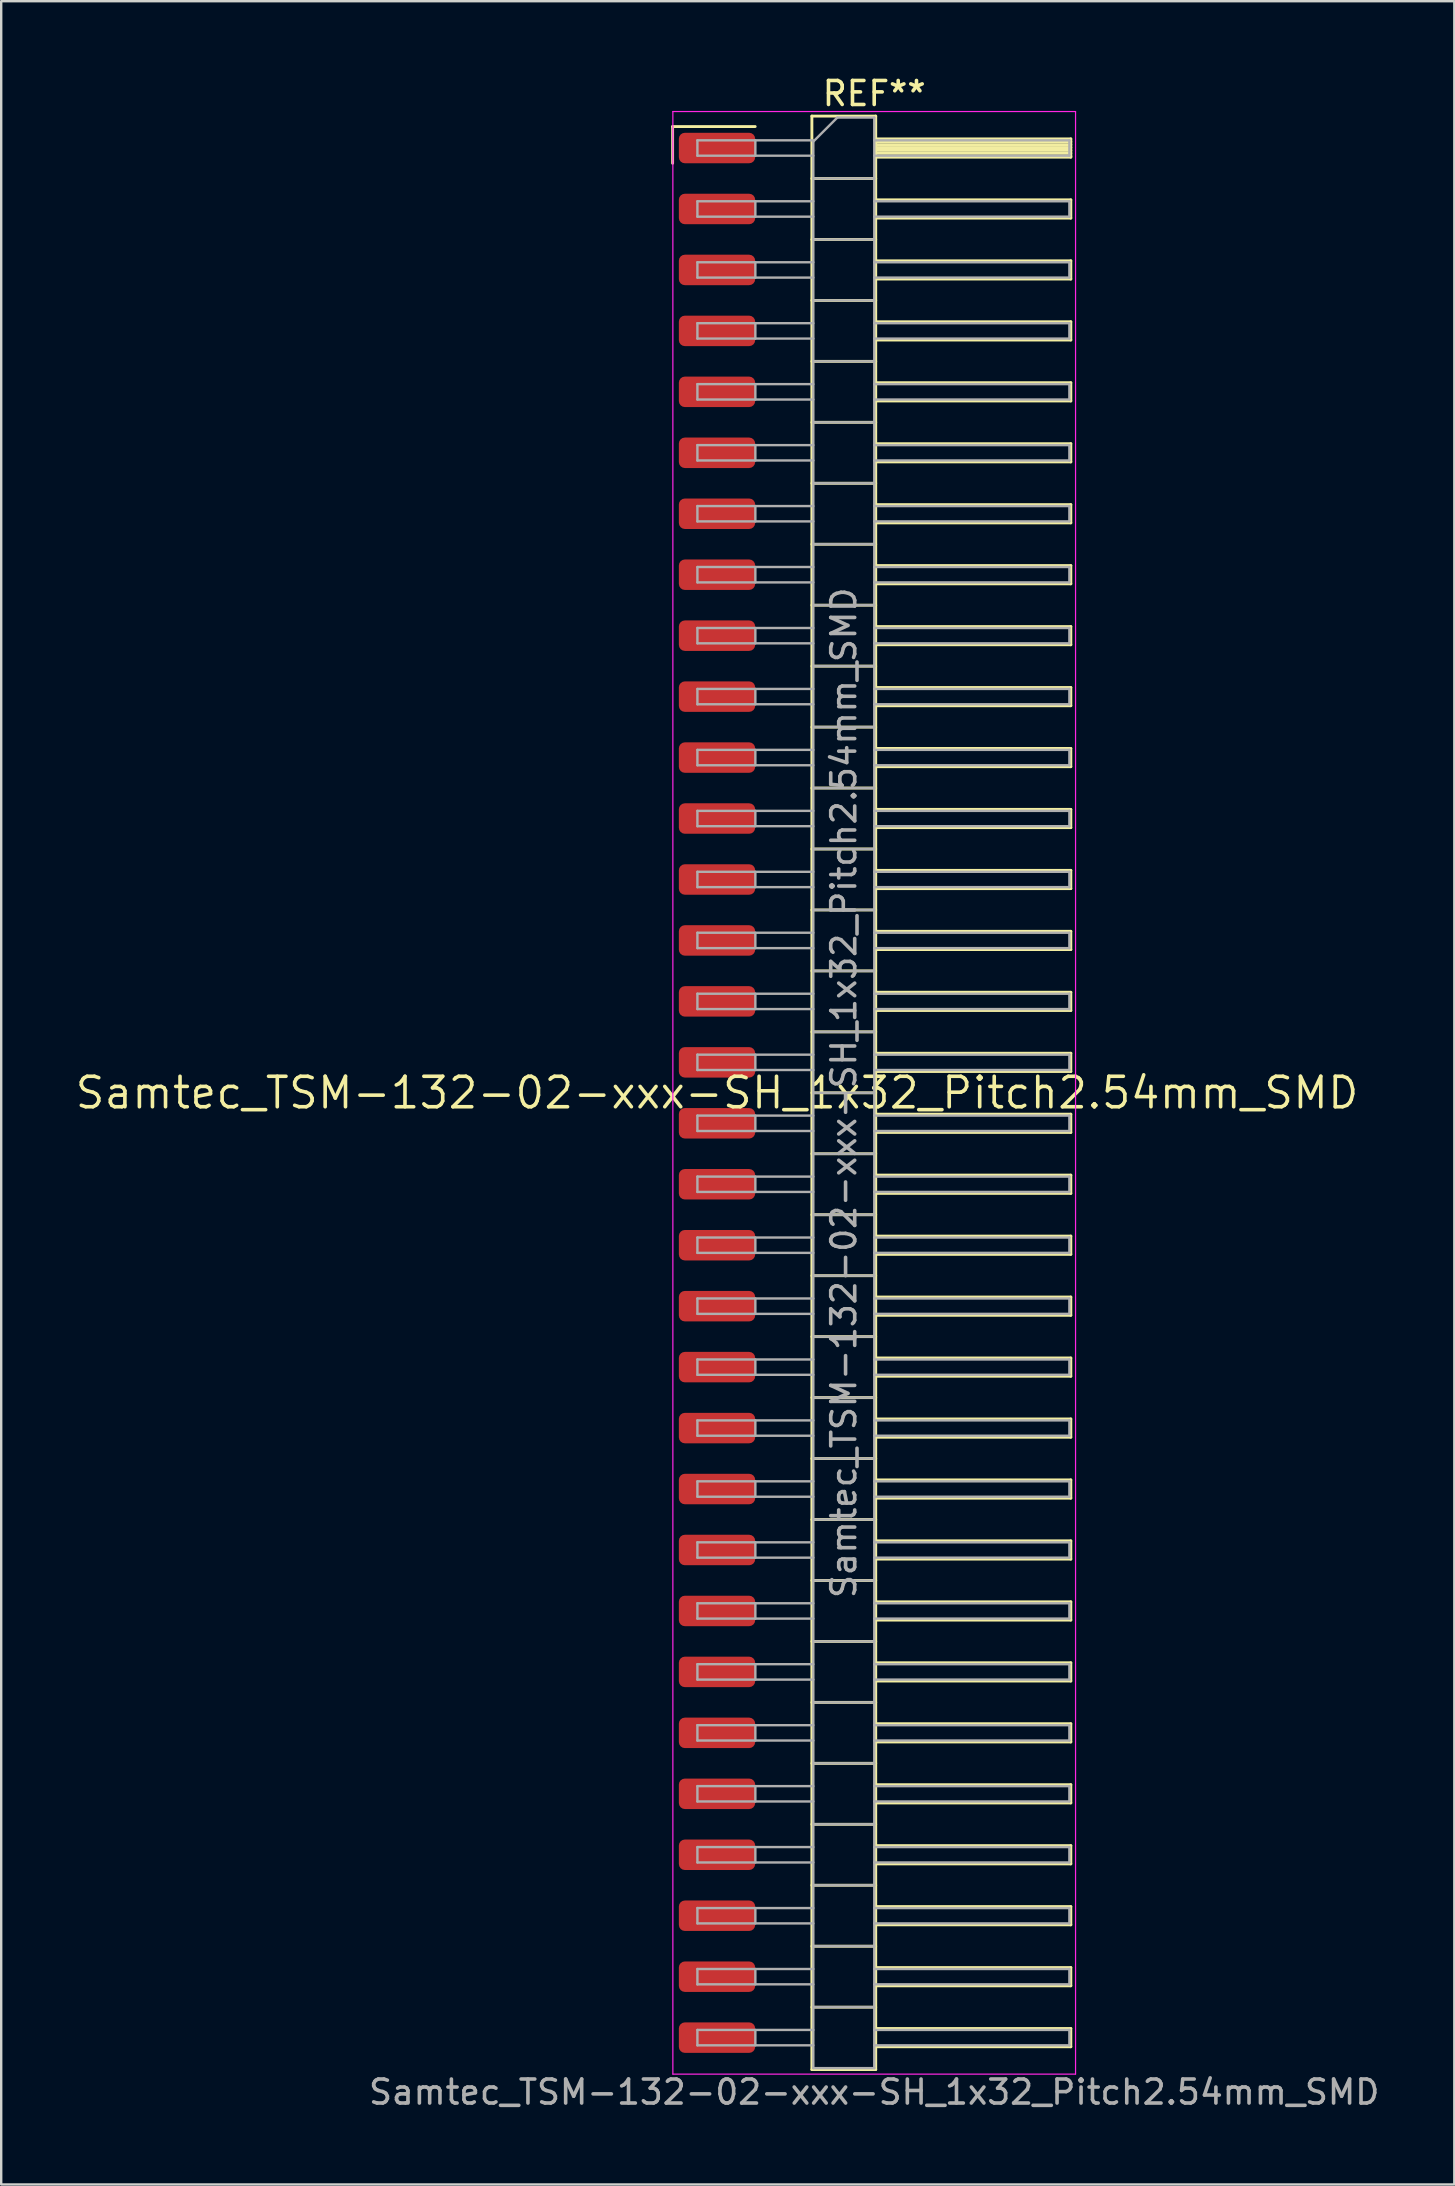
<source format=kicad_pcb>
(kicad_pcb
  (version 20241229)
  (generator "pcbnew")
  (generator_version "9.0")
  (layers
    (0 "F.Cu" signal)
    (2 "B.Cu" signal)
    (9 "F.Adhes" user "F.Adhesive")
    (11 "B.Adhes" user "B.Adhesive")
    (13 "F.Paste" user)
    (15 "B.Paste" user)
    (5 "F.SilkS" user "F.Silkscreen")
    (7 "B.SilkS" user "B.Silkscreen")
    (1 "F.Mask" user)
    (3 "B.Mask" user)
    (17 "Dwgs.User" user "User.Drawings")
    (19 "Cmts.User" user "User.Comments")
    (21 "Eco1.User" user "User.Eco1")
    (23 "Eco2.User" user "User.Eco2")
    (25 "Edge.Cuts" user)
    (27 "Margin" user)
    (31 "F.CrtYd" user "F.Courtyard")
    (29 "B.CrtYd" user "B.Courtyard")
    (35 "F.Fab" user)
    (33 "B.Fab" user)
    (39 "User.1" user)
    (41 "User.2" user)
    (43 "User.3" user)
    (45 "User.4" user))
  (footprint "Samtec_TSM-132-02-xxx-SH_1x32_Pitch2.54mm_SMD"
    (layer "F.Cu")
    (at 26.828 42.488)
    (property "Reference" "Samtec_TSM-132-02-xxx-SH_1x32_Pitch2.54mm_SMD" (at 0 0 0) (layer "F.SilkS") (effects (font (size 1.27 1.27) (thickness 0.15))))
    (attr smd)
    (fp_line (start -1.85 -40.265) (end 1.59 -40.265) (stroke (width 0.12) (type solid)) (layer "F.SilkS"))
    (fp_line (start -1.85 -38.735) (end -1.85 -40.265) (stroke (width 0.12) (type solid)) (layer "F.SilkS"))
    (fp_line (start 3.953 -40.7) (end 6.613 -40.7) (stroke (width 0.12) (type solid)) (layer "F.SilkS"))
    (fp_line (start 3.953 -38.1) (end 6.613 -38.1) (stroke (width 0.12) (type solid)) (layer "F.SilkS"))
    (fp_line (start 3.953 -35.56) (end 6.613 -35.56) (stroke (width 0.12) (type solid)) (layer "F.SilkS"))
    (fp_line (start 3.953 -33.02) (end 6.613 -33.02) (stroke (width 0.12) (type solid)) (layer "F.SilkS"))
    (fp_line (start 3.953 -30.48) (end 6.613 -30.48) (stroke (width 0.12) (type solid)) (layer "F.SilkS"))
    (fp_line (start 3.953 -27.94) (end 6.613 -27.94) (stroke (width 0.12) (type solid)) (layer "F.SilkS"))
    (fp_line (start 3.953 -25.4) (end 6.613 -25.4) (stroke (width 0.12) (type solid)) (layer "F.SilkS"))
    (fp_line (start 3.953 -22.86) (end 6.613 -22.86) (stroke (width 0.12) (type solid)) (layer "F.SilkS"))
    (fp_line (start 3.953 -20.32) (end 6.613 -20.32) (stroke (width 0.12) (type solid)) (layer "F.SilkS"))
    (fp_line (start 3.953 -17.78) (end 6.613 -17.78) (stroke (width 0.12) (type solid)) (layer "F.SilkS"))
    (fp_line (start 3.953 -15.24) (end 6.613 -15.24) (stroke (width 0.12) (type solid)) (layer "F.SilkS"))
    (fp_line (start 3.953 -12.7) (end 6.613 -12.7) (stroke (width 0.12) (type solid)) (layer "F.SilkS"))
    (fp_line (start 3.953 -10.16) (end 6.613 -10.16) (stroke (width 0.12) (type solid)) (layer "F.SilkS"))
    (fp_line (start 3.953 -7.62) (end 6.613 -7.62) (stroke (width 0.12) (type solid)) (layer "F.SilkS"))
    (fp_line (start 3.953 -5.08) (end 6.613 -5.08) (stroke (width 0.12) (type solid)) (layer "F.SilkS"))
    (fp_line (start 3.953 -2.54) (end 6.613 -2.54) (stroke (width 0.12) (type solid)) (layer "F.SilkS"))
    (fp_line (start 3.953 0) (end 6.613 0) (stroke (width 0.12) (type solid)) (layer "F.SilkS"))
    (fp_line (start 3.953 2.54) (end 6.613 2.54) (stroke (width 0.12) (type solid)) (layer "F.SilkS"))
    (fp_line (start 3.953 5.08) (end 6.613 5.08) (stroke (width 0.12) (type solid)) (layer "F.SilkS"))
    (fp_line (start 3.953 7.62) (end 6.613 7.62) (stroke (width 0.12) (type solid)) (layer "F.SilkS"))
    (fp_line (start 3.953 10.16) (end 6.613 10.16) (stroke (width 0.12) (type solid)) (layer "F.SilkS"))
    (fp_line (start 3.953 12.7) (end 6.613 12.7) (stroke (width 0.12) (type solid)) (layer "F.SilkS"))
    (fp_line (start 3.953 15.24) (end 6.613 15.24) (stroke (width 0.12) (type solid)) (layer "F.SilkS"))
    (fp_line (start 3.953 17.78) (end 6.613 17.78) (stroke (width 0.12) (type solid)) (layer "F.SilkS"))
    (fp_line (start 3.953 20.32) (end 6.613 20.32) (stroke (width 0.12) (type solid)) (layer "F.SilkS"))
    (fp_line (start 3.953 22.86) (end 6.613 22.86) (stroke (width 0.12) (type solid)) (layer "F.SilkS"))
    (fp_line (start 3.953 25.4) (end 6.613 25.4) (stroke (width 0.12) (type solid)) (layer "F.SilkS"))
    (fp_line (start 3.953 27.94) (end 6.613 27.94) (stroke (width 0.12) (type solid)) (layer "F.SilkS"))
    (fp_line (start 3.953 30.48) (end 6.613 30.48) (stroke (width 0.12) (type solid)) (layer "F.SilkS"))
    (fp_line (start 3.953 33.02) (end 6.613 33.02) (stroke (width 0.12) (type solid)) (layer "F.SilkS"))
    (fp_line (start 3.953 35.56) (end 6.613 35.56) (stroke (width 0.12) (type solid)) (layer "F.SilkS"))
    (fp_line (start 3.953 38.1) (end 6.613 38.1) (stroke (width 0.12) (type solid)) (layer "F.SilkS"))
    (fp_line (start 3.953 40.7) (end 3.953 -40.7) (stroke (width 0.12) (type solid)) (layer "F.SilkS"))
    (fp_line (start 6.613 -40.7) (end 6.613 40.7) (stroke (width 0.12) (type solid)) (layer "F.SilkS"))
    (fp_line (start 6.613 -39.75) (end 14.743 -39.75) (stroke (width 0.12) (type solid)) (layer "F.SilkS"))
    (fp_line (start 6.613 -39.63) (end 14.743 -39.63) (stroke (width 0.12) (type solid)) (layer "F.SilkS"))
    (fp_line (start 6.613 -39.51) (end 14.743 -39.51) (stroke (width 0.12) (type solid)) (layer "F.SilkS"))
    (fp_line (start 6.613 -39.39) (end 14.743 -39.39) (stroke (width 0.12) (type solid)) (layer "F.SilkS"))
    (fp_line (start 6.613 -39.27) (end 14.743 -39.27) (stroke (width 0.12) (type solid)) (layer "F.SilkS"))
    (fp_line (start 6.613 -39.15) (end 14.743 -39.15) (stroke (width 0.12) (type solid)) (layer "F.SilkS"))
    (fp_line (start 6.613 -39.03) (end 14.743 -39.03) (stroke (width 0.12) (type solid)) (layer "F.SilkS"))
    (fp_line (start 6.613 -38.99) (end 14.743 -38.99) (stroke (width 0.12) (type solid)) (layer "F.SilkS"))
    (fp_line (start 6.613 -37.21) (end 14.743 -37.21) (stroke (width 0.12) (type solid)) (layer "F.SilkS"))
    (fp_line (start 6.613 -36.45) (end 14.743 -36.45) (stroke (width 0.12) (type solid)) (layer "F.SilkS"))
    (fp_line (start 6.613 -34.67) (end 14.743 -34.67) (stroke (width 0.12) (type solid)) (layer "F.SilkS"))
    (fp_line (start 6.613 -33.91) (end 14.743 -33.91) (stroke (width 0.12) (type solid)) (layer "F.SilkS"))
    (fp_line (start 6.613 -32.13) (end 14.743 -32.13) (stroke (width 0.12) (type solid)) (layer "F.SilkS"))
    (fp_line (start 6.613 -31.37) (end 14.743 -31.37) (stroke (width 0.12) (type solid)) (layer "F.SilkS"))
    (fp_line (start 6.613 -29.59) (end 14.743 -29.59) (stroke (width 0.12) (type solid)) (layer "F.SilkS"))
    (fp_line (start 6.613 -28.83) (end 14.743 -28.83) (stroke (width 0.12) (type solid)) (layer "F.SilkS"))
    (fp_line (start 6.613 -27.05) (end 14.743 -27.05) (stroke (width 0.12) (type solid)) (layer "F.SilkS"))
    (fp_line (start 6.613 -26.29) (end 14.743 -26.29) (stroke (width 0.12) (type solid)) (layer "F.SilkS"))
    (fp_line (start 6.613 -24.51) (end 14.743 -24.51) (stroke (width 0.12) (type solid)) (layer "F.SilkS"))
    (fp_line (start 6.613 -23.75) (end 14.743 -23.75) (stroke (width 0.12) (type solid)) (layer "F.SilkS"))
    (fp_line (start 6.613 -21.97) (end 14.743 -21.97) (stroke (width 0.12) (type solid)) (layer "F.SilkS"))
    (fp_line (start 6.613 -21.21) (end 14.743 -21.21) (stroke (width 0.12) (type solid)) (layer "F.SilkS"))
    (fp_line (start 6.613 -19.43) (end 14.743 -19.43) (stroke (width 0.12) (type solid)) (layer "F.SilkS"))
    (fp_line (start 6.613 -18.67) (end 14.743 -18.67) (stroke (width 0.12) (type solid)) (layer "F.SilkS"))
    (fp_line (start 6.613 -16.89) (end 14.743 -16.89) (stroke (width 0.12) (type solid)) (layer "F.SilkS"))
    (fp_line (start 6.613 -16.13) (end 14.743 -16.13) (stroke (width 0.12) (type solid)) (layer "F.SilkS"))
    (fp_line (start 6.613 -14.35) (end 14.743 -14.35) (stroke (width 0.12) (type solid)) (layer "F.SilkS"))
    (fp_line (start 6.613 -13.59) (end 14.743 -13.59) (stroke (width 0.12) (type solid)) (layer "F.SilkS"))
    (fp_line (start 6.613 -11.81) (end 14.743 -11.81) (stroke (width 0.12) (type solid)) (layer "F.SilkS"))
    (fp_line (start 6.613 -11.05) (end 14.743 -11.05) (stroke (width 0.12) (type solid)) (layer "F.SilkS"))
    (fp_line (start 6.613 -9.27) (end 14.743 -9.27) (stroke (width 0.12) (type solid)) (layer "F.SilkS"))
    (fp_line (start 6.613 -8.51) (end 14.743 -8.51) (stroke (width 0.12) (type solid)) (layer "F.SilkS"))
    (fp_line (start 6.613 -6.73) (end 14.743 -6.73) (stroke (width 0.12) (type solid)) (layer "F.SilkS"))
    (fp_line (start 6.613 -5.97) (end 14.743 -5.97) (stroke (width 0.12) (type solid)) (layer "F.SilkS"))
    (fp_line (start 6.613 -4.19) (end 14.743 -4.19) (stroke (width 0.12) (type solid)) (layer "F.SilkS"))
    (fp_line (start 6.613 -3.43) (end 14.743 -3.43) (stroke (width 0.12) (type solid)) (layer "F.SilkS"))
    (fp_line (start 6.613 -1.65) (end 14.743 -1.65) (stroke (width 0.12) (type solid)) (layer "F.SilkS"))
    (fp_line (start 6.613 -0.89) (end 14.743 -0.89) (stroke (width 0.12) (type solid)) (layer "F.SilkS"))
    (fp_line (start 6.613 0.89) (end 14.743 0.89) (stroke (width 0.12) (type solid)) (layer "F.SilkS"))
    (fp_line (start 6.613 1.65) (end 14.743 1.65) (stroke (width 0.12) (type solid)) (layer "F.SilkS"))
    (fp_line (start 6.613 3.43) (end 14.743 3.43) (stroke (width 0.12) (type solid)) (layer "F.SilkS"))
    (fp_line (start 6.613 4.19) (end 14.743 4.19) (stroke (width 0.12) (type solid)) (layer "F.SilkS"))
    (fp_line (start 6.613 5.97) (end 14.743 5.97) (stroke (width 0.12) (type solid)) (layer "F.SilkS"))
    (fp_line (start 6.613 6.73) (end 14.743 6.73) (stroke (width 0.12) (type solid)) (layer "F.SilkS"))
    (fp_line (start 6.613 8.51) (end 14.743 8.51) (stroke (width 0.12) (type solid)) (layer "F.SilkS"))
    (fp_line (start 6.613 9.27) (end 14.743 9.27) (stroke (width 0.12) (type solid)) (layer "F.SilkS"))
    (fp_line (start 6.613 11.05) (end 14.743 11.05) (stroke (width 0.12) (type solid)) (layer "F.SilkS"))
    (fp_line (start 6.613 11.81) (end 14.743 11.81) (stroke (width 0.12) (type solid)) (layer "F.SilkS"))
    (fp_line (start 6.613 13.59) (end 14.743 13.59) (stroke (width 0.12) (type solid)) (layer "F.SilkS"))
    (fp_line (start 6.613 14.35) (end 14.743 14.35) (stroke (width 0.12) (type solid)) (layer "F.SilkS"))
    (fp_line (start 6.613 16.13) (end 14.743 16.13) (stroke (width 0.12) (type solid)) (layer "F.SilkS"))
    (fp_line (start 6.613 16.89) (end 14.743 16.89) (stroke (width 0.12) (type solid)) (layer "F.SilkS"))
    (fp_line (start 6.613 18.67) (end 14.743 18.67) (stroke (width 0.12) (type solid)) (layer "F.SilkS"))
    (fp_line (start 6.613 19.43) (end 14.743 19.43) (stroke (width 0.12) (type solid)) (layer "F.SilkS"))
    (fp_line (start 6.613 21.21) (end 14.743 21.21) (stroke (width 0.12) (type solid)) (layer "F.SilkS"))
    (fp_line (start 6.613 21.97) (end 14.743 21.97) (stroke (width 0.12) (type solid)) (layer "F.SilkS"))
    (fp_line (start 6.613 23.75) (end 14.743 23.75) (stroke (width 0.12) (type solid)) (layer "F.SilkS"))
    (fp_line (start 6.613 24.51) (end 14.743 24.51) (stroke (width 0.12) (type solid)) (layer "F.SilkS"))
    (fp_line (start 6.613 26.29) (end 14.743 26.29) (stroke (width 0.12) (type solid)) (layer "F.SilkS"))
    (fp_line (start 6.613 27.05) (end 14.743 27.05) (stroke (width 0.12) (type solid)) (layer "F.SilkS"))
    (fp_line (start 6.613 28.83) (end 14.743 28.83) (stroke (width 0.12) (type solid)) (layer "F.SilkS"))
    (fp_line (start 6.613 29.59) (end 14.743 29.59) (stroke (width 0.12) (type solid)) (layer "F.SilkS"))
    (fp_line (start 6.613 31.37) (end 14.743 31.37) (stroke (width 0.12) (type solid)) (layer "F.SilkS"))
    (fp_line (start 6.613 32.13) (end 14.743 32.13) (stroke (width 0.12) (type solid)) (layer "F.SilkS"))
    (fp_line (start 6.613 33.91) (end 14.743 33.91) (stroke (width 0.12) (type solid)) (layer "F.SilkS"))
    (fp_line (start 6.613 34.67) (end 14.743 34.67) (stroke (width 0.12) (type solid)) (layer "F.SilkS"))
    (fp_line (start 6.613 36.45) (end 14.743 36.45) (stroke (width 0.12) (type solid)) (layer "F.SilkS"))
    (fp_line (start 6.613 37.21) (end 14.743 37.21) (stroke (width 0.12) (type solid)) (layer "F.SilkS"))
    (fp_line (start 6.613 38.99) (end 14.743 38.99) (stroke (width 0.12) (type solid)) (layer "F.SilkS"))
    (fp_line (start 6.613 39.75) (end 14.743 39.75) (stroke (width 0.12) (type solid)) (layer "F.SilkS"))
    (fp_line (start 6.613 40.7) (end 3.953 40.7) (stroke (width 0.12) (type solid)) (layer "F.SilkS"))
    (fp_line (start 14.743 -39.75) (end 14.743 -38.99) (stroke (width 0.12) (type solid)) (layer "F.SilkS"))
    (fp_line (start 14.743 -37.21) (end 14.743 -36.45) (stroke (width 0.12) (type solid)) (layer "F.SilkS"))
    (fp_line (start 14.743 -34.67) (end 14.743 -33.91) (stroke (width 0.12) (type solid)) (layer "F.SilkS"))
    (fp_line (start 14.743 -32.13) (end 14.743 -31.37) (stroke (width 0.12) (type solid)) (layer "F.SilkS"))
    (fp_line (start 14.743 -29.59) (end 14.743 -28.83) (stroke (width 0.12) (type solid)) (layer "F.SilkS"))
    (fp_line (start 14.743 -27.05) (end 14.743 -26.29) (stroke (width 0.12) (type solid)) (layer "F.SilkS"))
    (fp_line (start 14.743 -24.51) (end 14.743 -23.75) (stroke (width 0.12) (type solid)) (layer "F.SilkS"))
    (fp_line (start 14.743 -21.97) (end 14.743 -21.21) (stroke (width 0.12) (type solid)) (layer "F.SilkS"))
    (fp_line (start 14.743 -19.43) (end 14.743 -18.67) (stroke (width 0.12) (type solid)) (layer "F.SilkS"))
    (fp_line (start 14.743 -16.89) (end 14.743 -16.13) (stroke (width 0.12) (type solid)) (layer "F.SilkS"))
    (fp_line (start 14.743 -14.35) (end 14.743 -13.59) (stroke (width 0.12) (type solid)) (layer "F.SilkS"))
    (fp_line (start 14.743 -11.81) (end 14.743 -11.05) (stroke (width 0.12) (type solid)) (layer "F.SilkS"))
    (fp_line (start 14.743 -9.27) (end 14.743 -8.51) (stroke (width 0.12) (type solid)) (layer "F.SilkS"))
    (fp_line (start 14.743 -6.73) (end 14.743 -5.97) (stroke (width 0.12) (type solid)) (layer "F.SilkS"))
    (fp_line (start 14.743 -4.19) (end 14.743 -3.43) (stroke (width 0.12) (type solid)) (layer "F.SilkS"))
    (fp_line (start 14.743 -1.65) (end 14.743 -0.89) (stroke (width 0.12) (type solid)) (layer "F.SilkS"))
    (fp_line (start 14.743 0.89) (end 14.743 1.65) (stroke (width 0.12) (type solid)) (layer "F.SilkS"))
    (fp_line (start 14.743 3.43) (end 14.743 4.19) (stroke (width 0.12) (type solid)) (layer "F.SilkS"))
    (fp_line (start 14.743 5.97) (end 14.743 6.73) (stroke (width 0.12) (type solid)) (layer "F.SilkS"))
    (fp_line (start 14.743 8.51) (end 14.743 9.27) (stroke (width 0.12) (type solid)) (layer "F.SilkS"))
    (fp_line (start 14.743 11.05) (end 14.743 11.81) (stroke (width 0.12) (type solid)) (layer "F.SilkS"))
    (fp_line (start 14.743 13.59) (end 14.743 14.35) (stroke (width 0.12) (type solid)) (layer "F.SilkS"))
    (fp_line (start 14.743 16.13) (end 14.743 16.89) (stroke (width 0.12) (type solid)) (layer "F.SilkS"))
    (fp_line (start 14.743 18.67) (end 14.743 19.43) (stroke (width 0.12) (type solid)) (layer "F.SilkS"))
    (fp_line (start 14.743 21.21) (end 14.743 21.97) (stroke (width 0.12) (type solid)) (layer "F.SilkS"))
    (fp_line (start 14.743 23.75) (end 14.743 24.51) (stroke (width 0.12) (type solid)) (layer "F.SilkS"))
    (fp_line (start 14.743 26.29) (end 14.743 27.05) (stroke (width 0.12) (type solid)) (layer "F.SilkS"))
    (fp_line (start 14.743 28.83) (end 14.743 29.59) (stroke (width 0.12) (type solid)) (layer "F.SilkS"))
    (fp_line (start 14.743 31.37) (end 14.743 32.13) (stroke (width 0.12) (type solid)) (layer "F.SilkS"))
    (fp_line (start 14.743 33.91) (end 14.743 34.67) (stroke (width 0.12) (type solid)) (layer "F.SilkS"))
    (fp_line (start 14.743 36.45) (end 14.743 37.21) (stroke (width 0.12) (type solid)) (layer "F.SilkS"))
    (fp_line (start 14.743 38.99) (end 14.743 39.75) (stroke (width 0.12) (type solid)) (layer "F.SilkS"))
    (fp_line (start -1.84 -40.89) (end 14.94 -40.89) (stroke (width 0.05) (type solid)) (layer "F.CrtYd"))
    (fp_line (start -1.84 40.89) (end -1.84 -40.89) (stroke (width 0.05) (type solid)) (layer "F.CrtYd"))
    (fp_line (start 14.94 -40.89) (end 14.94 40.89) (stroke (width 0.05) (type solid)) (layer "F.CrtYd"))
    (fp_line (start 14.94 40.89) (end -1.84 40.89) (stroke (width 0.05) (type solid)) (layer "F.CrtYd"))
    (fp_line (start -0.817 -39.69) (end -0.817 -39.05) (stroke (width 0.1) (type solid)) (layer "F.Fab"))
    (fp_line (start -0.817 -39.69) (end 4.013 -39.69) (stroke (width 0.1) (type solid)) (layer "F.Fab"))
    (fp_line (start -0.817 -39.05) (end 4.013 -39.05) (stroke (width 0.1) (type solid)) (layer "F.Fab"))
    (fp_line (start -0.817 -37.15) (end -0.817 -36.51) (stroke (width 0.1) (type solid)) (layer "F.Fab"))
    (fp_line (start -0.817 -37.15) (end 4.013 -37.15) (stroke (width 0.1) (type solid)) (layer "F.Fab"))
    (fp_line (start -0.817 -36.51) (end 4.013 -36.51) (stroke (width 0.1) (type solid)) (layer "F.Fab"))
    (fp_line (start -0.817 -34.61) (end -0.817 -33.97) (stroke (width 0.1) (type solid)) (layer "F.Fab"))
    (fp_line (start -0.817 -34.61) (end 4.013 -34.61) (stroke (width 0.1) (type solid)) (layer "F.Fab"))
    (fp_line (start -0.817 -33.97) (end 4.013 -33.97) (stroke (width 0.1) (type solid)) (layer "F.Fab"))
    (fp_line (start -0.817 -32.07) (end -0.817 -31.43) (stroke (width 0.1) (type solid)) (layer "F.Fab"))
    (fp_line (start -0.817 -32.07) (end 4.013 -32.07) (stroke (width 0.1) (type solid)) (layer "F.Fab"))
    (fp_line (start -0.817 -31.43) (end 4.013 -31.43) (stroke (width 0.1) (type solid)) (layer "F.Fab"))
    (fp_line (start -0.817 -29.53) (end -0.817 -28.89) (stroke (width 0.1) (type solid)) (layer "F.Fab"))
    (fp_line (start -0.817 -29.53) (end 4.013 -29.53) (stroke (width 0.1) (type solid)) (layer "F.Fab"))
    (fp_line (start -0.817 -28.89) (end 4.013 -28.89) (stroke (width 0.1) (type solid)) (layer "F.Fab"))
    (fp_line (start -0.817 -26.99) (end -0.817 -26.35) (stroke (width 0.1) (type solid)) (layer "F.Fab"))
    (fp_line (start -0.817 -26.99) (end 4.013 -26.99) (stroke (width 0.1) (type solid)) (layer "F.Fab"))
    (fp_line (start -0.817 -26.35) (end 4.013 -26.35) (stroke (width 0.1) (type solid)) (layer "F.Fab"))
    (fp_line (start -0.817 -24.45) (end -0.817 -23.81) (stroke (width 0.1) (type solid)) (layer "F.Fab"))
    (fp_line (start -0.817 -24.45) (end 4.013 -24.45) (stroke (width 0.1) (type solid)) (layer "F.Fab"))
    (fp_line (start -0.817 -23.81) (end 4.013 -23.81) (stroke (width 0.1) (type solid)) (layer "F.Fab"))
    (fp_line (start -0.817 -21.91) (end -0.817 -21.27) (stroke (width 0.1) (type solid)) (layer "F.Fab"))
    (fp_line (start -0.817 -21.91) (end 4.013 -21.91) (stroke (width 0.1) (type solid)) (layer "F.Fab"))
    (fp_line (start -0.817 -21.27) (end 4.013 -21.27) (stroke (width 0.1) (type solid)) (layer "F.Fab"))
    (fp_line (start -0.817 -19.37) (end -0.817 -18.73) (stroke (width 0.1) (type solid)) (layer "F.Fab"))
    (fp_line (start -0.817 -19.37) (end 4.013 -19.37) (stroke (width 0.1) (type solid)) (layer "F.Fab"))
    (fp_line (start -0.817 -18.73) (end 4.013 -18.73) (stroke (width 0.1) (type solid)) (layer "F.Fab"))
    (fp_line (start -0.817 -16.83) (end -0.817 -16.19) (stroke (width 0.1) (type solid)) (layer "F.Fab"))
    (fp_line (start -0.817 -16.83) (end 4.013 -16.83) (stroke (width 0.1) (type solid)) (layer "F.Fab"))
    (fp_line (start -0.817 -16.19) (end 4.013 -16.19) (stroke (width 0.1) (type solid)) (layer "F.Fab"))
    (fp_line (start -0.817 -14.29) (end -0.817 -13.65) (stroke (width 0.1) (type solid)) (layer "F.Fab"))
    (fp_line (start -0.817 -14.29) (end 4.013 -14.29) (stroke (width 0.1) (type solid)) (layer "F.Fab"))
    (fp_line (start -0.817 -13.65) (end 4.013 -13.65) (stroke (width 0.1) (type solid)) (layer "F.Fab"))
    (fp_line (start -0.817 -11.75) (end -0.817 -11.11) (stroke (width 0.1) (type solid)) (layer "F.Fab"))
    (fp_line (start -0.817 -11.75) (end 4.013 -11.75) (stroke (width 0.1) (type solid)) (layer "F.Fab"))
    (fp_line (start -0.817 -11.11) (end 4.013 -11.11) (stroke (width 0.1) (type solid)) (layer "F.Fab"))
    (fp_line (start -0.817 -9.21) (end -0.817 -8.57) (stroke (width 0.1) (type solid)) (layer "F.Fab"))
    (fp_line (start -0.817 -9.21) (end 4.013 -9.21) (stroke (width 0.1) (type solid)) (layer "F.Fab"))
    (fp_line (start -0.817 -8.57) (end 4.013 -8.57) (stroke (width 0.1) (type solid)) (layer "F.Fab"))
    (fp_line (start -0.817 -6.67) (end -0.817 -6.03) (stroke (width 0.1) (type solid)) (layer "F.Fab"))
    (fp_line (start -0.817 -6.67) (end 4.013 -6.67) (stroke (width 0.1) (type solid)) (layer "F.Fab"))
    (fp_line (start -0.817 -6.03) (end 4.013 -6.03) (stroke (width 0.1) (type solid)) (layer "F.Fab"))
    (fp_line (start -0.817 -4.13) (end -0.817 -3.49) (stroke (width 0.1) (type solid)) (layer "F.Fab"))
    (fp_line (start -0.817 -4.13) (end 4.013 -4.13) (stroke (width 0.1) (type solid)) (layer "F.Fab"))
    (fp_line (start -0.817 -3.49) (end 4.013 -3.49) (stroke (width 0.1) (type solid)) (layer "F.Fab"))
    (fp_line (start -0.817 -1.59) (end -0.817 -0.95) (stroke (width 0.1) (type solid)) (layer "F.Fab"))
    (fp_line (start -0.817 -1.59) (end 4.013 -1.59) (stroke (width 0.1) (type solid)) (layer "F.Fab"))
    (fp_line (start -0.817 -0.95) (end 4.013 -0.95) (stroke (width 0.1) (type solid)) (layer "F.Fab"))
    (fp_line (start -0.817 0.95) (end -0.817 1.59) (stroke (width 0.1) (type solid)) (layer "F.Fab"))
    (fp_line (start -0.817 0.95) (end 4.013 0.95) (stroke (width 0.1) (type solid)) (layer "F.Fab"))
    (fp_line (start -0.817 1.59) (end 4.013 1.59) (stroke (width 0.1) (type solid)) (layer "F.Fab"))
    (fp_line (start -0.817 3.49) (end -0.817 4.13) (stroke (width 0.1) (type solid)) (layer "F.Fab"))
    (fp_line (start -0.817 3.49) (end 4.013 3.49) (stroke (width 0.1) (type solid)) (layer "F.Fab"))
    (fp_line (start -0.817 4.13) (end 4.013 4.13) (stroke (width 0.1) (type solid)) (layer "F.Fab"))
    (fp_line (start -0.817 6.03) (end -0.817 6.67) (stroke (width 0.1) (type solid)) (layer "F.Fab"))
    (fp_line (start -0.817 6.03) (end 4.013 6.03) (stroke (width 0.1) (type solid)) (layer "F.Fab"))
    (fp_line (start -0.817 6.67) (end 4.013 6.67) (stroke (width 0.1) (type solid)) (layer "F.Fab"))
    (fp_line (start -0.817 8.57) (end -0.817 9.21) (stroke (width 0.1) (type solid)) (layer "F.Fab"))
    (fp_line (start -0.817 8.57) (end 4.013 8.57) (stroke (width 0.1) (type solid)) (layer "F.Fab"))
    (fp_line (start -0.817 9.21) (end 4.013 9.21) (stroke (width 0.1) (type solid)) (layer "F.Fab"))
    (fp_line (start -0.817 11.11) (end -0.817 11.75) (stroke (width 0.1) (type solid)) (layer "F.Fab"))
    (fp_line (start -0.817 11.11) (end 4.013 11.11) (stroke (width 0.1) (type solid)) (layer "F.Fab"))
    (fp_line (start -0.817 11.75) (end 4.013 11.75) (stroke (width 0.1) (type solid)) (layer "F.Fab"))
    (fp_line (start -0.817 13.65) (end -0.817 14.29) (stroke (width 0.1) (type solid)) (layer "F.Fab"))
    (fp_line (start -0.817 13.65) (end 4.013 13.65) (stroke (width 0.1) (type solid)) (layer "F.Fab"))
    (fp_line (start -0.817 14.29) (end 4.013 14.29) (stroke (width 0.1) (type solid)) (layer "F.Fab"))
    (fp_line (start -0.817 16.19) (end -0.817 16.83) (stroke (width 0.1) (type solid)) (layer "F.Fab"))
    (fp_line (start -0.817 16.19) (end 4.013 16.19) (stroke (width 0.1) (type solid)) (layer "F.Fab"))
    (fp_line (start -0.817 16.83) (end 4.013 16.83) (stroke (width 0.1) (type solid)) (layer "F.Fab"))
    (fp_line (start -0.817 18.73) (end -0.817 19.37) (stroke (width 0.1) (type solid)) (layer "F.Fab"))
    (fp_line (start -0.817 18.73) (end 4.013 18.73) (stroke (width 0.1) (type solid)) (layer "F.Fab"))
    (fp_line (start -0.817 19.37) (end 4.013 19.37) (stroke (width 0.1) (type solid)) (layer "F.Fab"))
    (fp_line (start -0.817 21.27) (end -0.817 21.91) (stroke (width 0.1) (type solid)) (layer "F.Fab"))
    (fp_line (start -0.817 21.27) (end 4.013 21.27) (stroke (width 0.1) (type solid)) (layer "F.Fab"))
    (fp_line (start -0.817 21.91) (end 4.013 21.91) (stroke (width 0.1) (type solid)) (layer "F.Fab"))
    (fp_line (start -0.817 23.81) (end -0.817 24.45) (stroke (width 0.1) (type solid)) (layer "F.Fab"))
    (fp_line (start -0.817 23.81) (end 4.013 23.81) (stroke (width 0.1) (type solid)) (layer "F.Fab"))
    (fp_line (start -0.817 24.45) (end 4.013 24.45) (stroke (width 0.1) (type solid)) (layer "F.Fab"))
    (fp_line (start -0.817 26.35) (end -0.817 26.99) (stroke (width 0.1) (type solid)) (layer "F.Fab"))
    (fp_line (start -0.817 26.35) (end 4.013 26.35) (stroke (width 0.1) (type solid)) (layer "F.Fab"))
    (fp_line (start -0.817 26.99) (end 4.013 26.99) (stroke (width 0.1) (type solid)) (layer "F.Fab"))
    (fp_line (start -0.817 28.89) (end -0.817 29.53) (stroke (width 0.1) (type solid)) (layer "F.Fab"))
    (fp_line (start -0.817 28.89) (end 4.013 28.89) (stroke (width 0.1) (type solid)) (layer "F.Fab"))
    (fp_line (start -0.817 29.53) (end 4.013 29.53) (stroke (width 0.1) (type solid)) (layer "F.Fab"))
    (fp_line (start -0.817 31.43) (end -0.817 32.07) (stroke (width 0.1) (type solid)) (layer "F.Fab"))
    (fp_line (start -0.817 31.43) (end 4.013 31.43) (stroke (width 0.1) (type solid)) (layer "F.Fab"))
    (fp_line (start -0.817 32.07) (end 4.013 32.07) (stroke (width 0.1) (type solid)) (layer "F.Fab"))
    (fp_line (start -0.817 33.97) (end -0.817 34.61) (stroke (width 0.1) (type solid)) (layer "F.Fab"))
    (fp_line (start -0.817 33.97) (end 4.013 33.97) (stroke (width 0.1) (type solid)) (layer "F.Fab"))
    (fp_line (start -0.817 34.61) (end 4.013 34.61) (stroke (width 0.1) (type solid)) (layer "F.Fab"))
    (fp_line (start -0.817 36.51) (end -0.817 37.15) (stroke (width 0.1) (type solid)) (layer "F.Fab"))
    (fp_line (start -0.817 36.51) (end 4.013 36.51) (stroke (width 0.1) (type solid)) (layer "F.Fab"))
    (fp_line (start -0.817 37.15) (end 4.013 37.15) (stroke (width 0.1) (type solid)) (layer "F.Fab"))
    (fp_line (start -0.817 39.05) (end -0.817 39.69) (stroke (width 0.1) (type solid)) (layer "F.Fab"))
    (fp_line (start -0.817 39.05) (end 4.013 39.05) (stroke (width 0.1) (type solid)) (layer "F.Fab"))
    (fp_line (start -0.817 39.69) (end 4.013 39.69) (stroke (width 0.1) (type solid)) (layer "F.Fab"))
    (fp_line (start 1.598 -39.69) (end 1.598 -39.05) (stroke (width 0.1) (type solid)) (layer "F.Fab"))
    (fp_line (start 1.598 -37.15) (end 1.598 -36.51) (stroke (width 0.1) (type solid)) (layer "F.Fab"))
    (fp_line (start 1.598 -34.61) (end 1.598 -33.97) (stroke (width 0.1) (type solid)) (layer "F.Fab"))
    (fp_line (start 1.598 -32.07) (end 1.598 -31.43) (stroke (width 0.1) (type solid)) (layer "F.Fab"))
    (fp_line (start 1.598 -29.53) (end 1.598 -28.89) (stroke (width 0.1) (type solid)) (layer "F.Fab"))
    (fp_line (start 1.598 -26.99) (end 1.598 -26.35) (stroke (width 0.1) (type solid)) (layer "F.Fab"))
    (fp_line (start 1.598 -24.45) (end 1.598 -23.81) (stroke (width 0.1) (type solid)) (layer "F.Fab"))
    (fp_line (start 1.598 -21.91) (end 1.598 -21.27) (stroke (width 0.1) (type solid)) (layer "F.Fab"))
    (fp_line (start 1.598 -19.37) (end 1.598 -18.73) (stroke (width 0.1) (type solid)) (layer "F.Fab"))
    (fp_line (start 1.598 -16.83) (end 1.598 -16.19) (stroke (width 0.1) (type solid)) (layer "F.Fab"))
    (fp_line (start 1.598 -14.29) (end 1.598 -13.65) (stroke (width 0.1) (type solid)) (layer "F.Fab"))
    (fp_line (start 1.598 -11.75) (end 1.598 -11.11) (stroke (width 0.1) (type solid)) (layer "F.Fab"))
    (fp_line (start 1.598 -9.21) (end 1.598 -8.57) (stroke (width 0.1) (type solid)) (layer "F.Fab"))
    (fp_line (start 1.598 -6.67) (end 1.598 -6.03) (stroke (width 0.1) (type solid)) (layer "F.Fab"))
    (fp_line (start 1.598 -4.13) (end 1.598 -3.49) (stroke (width 0.1) (type solid)) (layer "F.Fab"))
    (fp_line (start 1.598 -1.59) (end 1.598 -0.95) (stroke (width 0.1) (type solid)) (layer "F.Fab"))
    (fp_line (start 1.598 0.95) (end 1.598 1.59) (stroke (width 0.1) (type solid)) (layer "F.Fab"))
    (fp_line (start 1.598 3.49) (end 1.598 4.13) (stroke (width 0.1) (type solid)) (layer "F.Fab"))
    (fp_line (start 1.598 6.03) (end 1.598 6.67) (stroke (width 0.1) (type solid)) (layer "F.Fab"))
    (fp_line (start 1.598 8.57) (end 1.598 9.21) (stroke (width 0.1) (type solid)) (layer "F.Fab"))
    (fp_line (start 1.598 11.11) (end 1.598 11.75) (stroke (width 0.1) (type solid)) (layer "F.Fab"))
    (fp_line (start 1.598 13.65) (end 1.598 14.29) (stroke (width 0.1) (type solid)) (layer "F.Fab"))
    (fp_line (start 1.598 16.19) (end 1.598 16.83) (stroke (width 0.1) (type solid)) (layer "F.Fab"))
    (fp_line (start 1.598 18.73) (end 1.598 19.37) (stroke (width 0.1) (type solid)) (layer "F.Fab"))
    (fp_line (start 1.598 21.27) (end 1.598 21.91) (stroke (width 0.1) (type solid)) (layer "F.Fab"))
    (fp_line (start 1.598 23.81) (end 1.598 24.45) (stroke (width 0.1) (type solid)) (layer "F.Fab"))
    (fp_line (start 1.598 26.35) (end 1.598 26.99) (stroke (width 0.1) (type solid)) (layer "F.Fab"))
    (fp_line (start 1.598 28.89) (end 1.598 29.53) (stroke (width 0.1) (type solid)) (layer "F.Fab"))
    (fp_line (start 1.598 31.43) (end 1.598 32.07) (stroke (width 0.1) (type solid)) (layer "F.Fab"))
    (fp_line (start 1.598 33.97) (end 1.598 34.61) (stroke (width 0.1) (type solid)) (layer "F.Fab"))
    (fp_line (start 1.598 36.51) (end 1.598 37.15) (stroke (width 0.1) (type solid)) (layer "F.Fab"))
    (fp_line (start 1.598 39.05) (end 1.598 39.69) (stroke (width 0.1) (type solid)) (layer "F.Fab"))
    (fp_line (start 4.013 -39.64) (end 5.013 -40.64) (stroke (width 0.1) (type solid)) (layer "F.Fab"))
    (fp_line (start 4.013 -38.1) (end 6.553 -38.1) (stroke (width 0.1) (type solid)) (layer "F.Fab"))
    (fp_line (start 4.013 -35.56) (end 6.553 -35.56) (stroke (width 0.1) (type solid)) (layer "F.Fab"))
    (fp_line (start 4.013 -33.02) (end 6.553 -33.02) (stroke (width 0.1) (type solid)) (layer "F.Fab"))
    (fp_line (start 4.013 -30.48) (end 6.553 -30.48) (stroke (width 0.1) (type solid)) (layer "F.Fab"))
    (fp_line (start 4.013 -27.94) (end 6.553 -27.94) (stroke (width 0.1) (type solid)) (layer "F.Fab"))
    (fp_line (start 4.013 -25.4) (end 6.553 -25.4) (stroke (width 0.1) (type solid)) (layer "F.Fab"))
    (fp_line (start 4.013 -22.86) (end 6.553 -22.86) (stroke (width 0.1) (type solid)) (layer "F.Fab"))
    (fp_line (start 4.013 -20.32) (end 6.553 -20.32) (stroke (width 0.1) (type solid)) (layer "F.Fab"))
    (fp_line (start 4.013 -17.78) (end 6.553 -17.78) (stroke (width 0.1) (type solid)) (layer "F.Fab"))
    (fp_line (start 4.013 -15.24) (end 6.553 -15.24) (stroke (width 0.1) (type solid)) (layer "F.Fab"))
    (fp_line (start 4.013 -12.7) (end 6.553 -12.7) (stroke (width 0.1) (type solid)) (layer "F.Fab"))
    (fp_line (start 4.013 -10.16) (end 6.553 -10.16) (stroke (width 0.1) (type solid)) (layer "F.Fab"))
    (fp_line (start 4.013 -7.62) (end 6.553 -7.62) (stroke (width 0.1) (type solid)) (layer "F.Fab"))
    (fp_line (start 4.013 -5.08) (end 6.553 -5.08) (stroke (width 0.1) (type solid)) (layer "F.Fab"))
    (fp_line (start 4.013 -2.54) (end 6.553 -2.54) (stroke (width 0.1) (type solid)) (layer "F.Fab"))
    (fp_line (start 4.013 0) (end 6.553 0) (stroke (width 0.1) (type solid)) (layer "F.Fab"))
    (fp_line (start 4.013 2.54) (end 6.553 2.54) (stroke (width 0.1) (type solid)) (layer "F.Fab"))
    (fp_line (start 4.013 5.08) (end 6.553 5.08) (stroke (width 0.1) (type solid)) (layer "F.Fab"))
    (fp_line (start 4.013 7.62) (end 6.553 7.62) (stroke (width 0.1) (type solid)) (layer "F.Fab"))
    (fp_line (start 4.013 10.16) (end 6.553 10.16) (stroke (width 0.1) (type solid)) (layer "F.Fab"))
    (fp_line (start 4.013 12.7) (end 6.553 12.7) (stroke (width 0.1) (type solid)) (layer "F.Fab"))
    (fp_line (start 4.013 15.24) (end 6.553 15.24) (stroke (width 0.1) (type solid)) (layer "F.Fab"))
    (fp_line (start 4.013 17.78) (end 6.553 17.78) (stroke (width 0.1) (type solid)) (layer "F.Fab"))
    (fp_line (start 4.013 20.32) (end 6.553 20.32) (stroke (width 0.1) (type solid)) (layer "F.Fab"))
    (fp_line (start 4.013 22.86) (end 6.553 22.86) (stroke (width 0.1) (type solid)) (layer "F.Fab"))
    (fp_line (start 4.013 25.4) (end 6.553 25.4) (stroke (width 0.1) (type solid)) (layer "F.Fab"))
    (fp_line (start 4.013 27.94) (end 6.553 27.94) (stroke (width 0.1) (type solid)) (layer "F.Fab"))
    (fp_line (start 4.013 30.48) (end 6.553 30.48) (stroke (width 0.1) (type solid)) (layer "F.Fab"))
    (fp_line (start 4.013 33.02) (end 6.553 33.02) (stroke (width 0.1) (type solid)) (layer "F.Fab"))
    (fp_line (start 4.013 35.56) (end 6.553 35.56) (stroke (width 0.1) (type solid)) (layer "F.Fab"))
    (fp_line (start 4.013 38.1) (end 6.553 38.1) (stroke (width 0.1) (type solid)) (layer "F.Fab"))
    (fp_line (start 4.013 40.64) (end 4.013 -39.64) (stroke (width 0.1) (type solid)) (layer "F.Fab"))
    (fp_line (start 5.013 -40.64) (end 6.553 -40.64) (stroke (width 0.1) (type solid)) (layer "F.Fab"))
    (fp_line (start 6.553 -40.64) (end 6.553 40.64) (stroke (width 0.1) (type solid)) (layer "F.Fab"))
    (fp_line (start 6.553 -39.69) (end 14.683 -39.69) (stroke (width 0.1) (type solid)) (layer "F.Fab"))
    (fp_line (start 6.553 -39.05) (end 14.683 -39.05) (stroke (width 0.1) (type solid)) (layer "F.Fab"))
    (fp_line (start 6.553 -37.15) (end 14.683 -37.15) (stroke (width 0.1) (type solid)) (layer "F.Fab"))
    (fp_line (start 6.553 -36.51) (end 14.683 -36.51) (stroke (width 0.1) (type solid)) (layer "F.Fab"))
    (fp_line (start 6.553 -34.61) (end 14.683 -34.61) (stroke (width 0.1) (type solid)) (layer "F.Fab"))
    (fp_line (start 6.553 -33.97) (end 14.683 -33.97) (stroke (width 0.1) (type solid)) (layer "F.Fab"))
    (fp_line (start 6.553 -32.07) (end 14.683 -32.07) (stroke (width 0.1) (type solid)) (layer "F.Fab"))
    (fp_line (start 6.553 -31.43) (end 14.683 -31.43) (stroke (width 0.1) (type solid)) (layer "F.Fab"))
    (fp_line (start 6.553 -29.53) (end 14.683 -29.53) (stroke (width 0.1) (type solid)) (layer "F.Fab"))
    (fp_line (start 6.553 -28.89) (end 14.683 -28.89) (stroke (width 0.1) (type solid)) (layer "F.Fab"))
    (fp_line (start 6.553 -26.99) (end 14.683 -26.99) (stroke (width 0.1) (type solid)) (layer "F.Fab"))
    (fp_line (start 6.553 -26.35) (end 14.683 -26.35) (stroke (width 0.1) (type solid)) (layer "F.Fab"))
    (fp_line (start 6.553 -24.45) (end 14.683 -24.45) (stroke (width 0.1) (type solid)) (layer "F.Fab"))
    (fp_line (start 6.553 -23.81) (end 14.683 -23.81) (stroke (width 0.1) (type solid)) (layer "F.Fab"))
    (fp_line (start 6.553 -21.91) (end 14.683 -21.91) (stroke (width 0.1) (type solid)) (layer "F.Fab"))
    (fp_line (start 6.553 -21.27) (end 14.683 -21.27) (stroke (width 0.1) (type solid)) (layer "F.Fab"))
    (fp_line (start 6.553 -19.37) (end 14.683 -19.37) (stroke (width 0.1) (type solid)) (layer "F.Fab"))
    (fp_line (start 6.553 -18.73) (end 14.683 -18.73) (stroke (width 0.1) (type solid)) (layer "F.Fab"))
    (fp_line (start 6.553 -16.83) (end 14.683 -16.83) (stroke (width 0.1) (type solid)) (layer "F.Fab"))
    (fp_line (start 6.553 -16.19) (end 14.683 -16.19) (stroke (width 0.1) (type solid)) (layer "F.Fab"))
    (fp_line (start 6.553 -14.29) (end 14.683 -14.29) (stroke (width 0.1) (type solid)) (layer "F.Fab"))
    (fp_line (start 6.553 -13.65) (end 14.683 -13.65) (stroke (width 0.1) (type solid)) (layer "F.Fab"))
    (fp_line (start 6.553 -11.75) (end 14.683 -11.75) (stroke (width 0.1) (type solid)) (layer "F.Fab"))
    (fp_line (start 6.553 -11.11) (end 14.683 -11.11) (stroke (width 0.1) (type solid)) (layer "F.Fab"))
    (fp_line (start 6.553 -9.21) (end 14.683 -9.21) (stroke (width 0.1) (type solid)) (layer "F.Fab"))
    (fp_line (start 6.553 -8.57) (end 14.683 -8.57) (stroke (width 0.1) (type solid)) (layer "F.Fab"))
    (fp_line (start 6.553 -6.67) (end 14.683 -6.67) (stroke (width 0.1) (type solid)) (layer "F.Fab"))
    (fp_line (start 6.553 -6.03) (end 14.683 -6.03) (stroke (width 0.1) (type solid)) (layer "F.Fab"))
    (fp_line (start 6.553 -4.13) (end 14.683 -4.13) (stroke (width 0.1) (type solid)) (layer "F.Fab"))
    (fp_line (start 6.553 -3.49) (end 14.683 -3.49) (stroke (width 0.1) (type solid)) (layer "F.Fab"))
    (fp_line (start 6.553 -1.59) (end 14.683 -1.59) (stroke (width 0.1) (type solid)) (layer "F.Fab"))
    (fp_line (start 6.553 -0.95) (end 14.683 -0.95) (stroke (width 0.1) (type solid)) (layer "F.Fab"))
    (fp_line (start 6.553 0.95) (end 14.683 0.95) (stroke (width 0.1) (type solid)) (layer "F.Fab"))
    (fp_line (start 6.553 1.59) (end 14.683 1.59) (stroke (width 0.1) (type solid)) (layer "F.Fab"))
    (fp_line (start 6.553 3.49) (end 14.683 3.49) (stroke (width 0.1) (type solid)) (layer "F.Fab"))
    (fp_line (start 6.553 4.13) (end 14.683 4.13) (stroke (width 0.1) (type solid)) (layer "F.Fab"))
    (fp_line (start 6.553 6.03) (end 14.683 6.03) (stroke (width 0.1) (type solid)) (layer "F.Fab"))
    (fp_line (start 6.553 6.67) (end 14.683 6.67) (stroke (width 0.1) (type solid)) (layer "F.Fab"))
    (fp_line (start 6.553 8.57) (end 14.683 8.57) (stroke (width 0.1) (type solid)) (layer "F.Fab"))
    (fp_line (start 6.553 9.21) (end 14.683 9.21) (stroke (width 0.1) (type solid)) (layer "F.Fab"))
    (fp_line (start 6.553 11.11) (end 14.683 11.11) (stroke (width 0.1) (type solid)) (layer "F.Fab"))
    (fp_line (start 6.553 11.75) (end 14.683 11.75) (stroke (width 0.1) (type solid)) (layer "F.Fab"))
    (fp_line (start 6.553 13.65) (end 14.683 13.65) (stroke (width 0.1) (type solid)) (layer "F.Fab"))
    (fp_line (start 6.553 14.29) (end 14.683 14.29) (stroke (width 0.1) (type solid)) (layer "F.Fab"))
    (fp_line (start 6.553 16.19) (end 14.683 16.19) (stroke (width 0.1) (type solid)) (layer "F.Fab"))
    (fp_line (start 6.553 16.83) (end 14.683 16.83) (stroke (width 0.1) (type solid)) (layer "F.Fab"))
    (fp_line (start 6.553 18.73) (end 14.683 18.73) (stroke (width 0.1) (type solid)) (layer "F.Fab"))
    (fp_line (start 6.553 19.37) (end 14.683 19.37) (stroke (width 0.1) (type solid)) (layer "F.Fab"))
    (fp_line (start 6.553 21.27) (end 14.683 21.27) (stroke (width 0.1) (type solid)) (layer "F.Fab"))
    (fp_line (start 6.553 21.91) (end 14.683 21.91) (stroke (width 0.1) (type solid)) (layer "F.Fab"))
    (fp_line (start 6.553 23.81) (end 14.683 23.81) (stroke (width 0.1) (type solid)) (layer "F.Fab"))
    (fp_line (start 6.553 24.45) (end 14.683 24.45) (stroke (width 0.1) (type solid)) (layer "F.Fab"))
    (fp_line (start 6.553 26.35) (end 14.683 26.35) (stroke (width 0.1) (type solid)) (layer "F.Fab"))
    (fp_line (start 6.553 26.99) (end 14.683 26.99) (stroke (width 0.1) (type solid)) (layer "F.Fab"))
    (fp_line (start 6.553 28.89) (end 14.683 28.89) (stroke (width 0.1) (type solid)) (layer "F.Fab"))
    (fp_line (start 6.553 29.53) (end 14.683 29.53) (stroke (width 0.1) (type solid)) (layer "F.Fab"))
    (fp_line (start 6.553 31.43) (end 14.683 31.43) (stroke (width 0.1) (type solid)) (layer "F.Fab"))
    (fp_line (start 6.553 32.07) (end 14.683 32.07) (stroke (width 0.1) (type solid)) (layer "F.Fab"))
    (fp_line (start 6.553 33.97) (end 14.683 33.97) (stroke (width 0.1) (type solid)) (layer "F.Fab"))
    (fp_line (start 6.553 34.61) (end 14.683 34.61) (stroke (width 0.1) (type solid)) (layer "F.Fab"))
    (fp_line (start 6.553 36.51) (end 14.683 36.51) (stroke (width 0.1) (type solid)) (layer "F.Fab"))
    (fp_line (start 6.553 37.15) (end 14.683 37.15) (stroke (width 0.1) (type solid)) (layer "F.Fab"))
    (fp_line (start 6.553 39.05) (end 14.683 39.05) (stroke (width 0.1) (type solid)) (layer "F.Fab"))
    (fp_line (start 6.553 39.69) (end 14.683 39.69) (stroke (width 0.1) (type solid)) (layer "F.Fab"))
    (fp_line (start 6.553 40.64) (end 4.013 40.64) (stroke (width 0.1) (type solid)) (layer "F.Fab"))
    (fp_line (start 14.683 -39.69) (end 14.683 -39.05) (stroke (width 0.1) (type solid)) (layer "F.Fab"))
    (fp_line (start 14.683 -37.15) (end 14.683 -36.51) (stroke (width 0.1) (type solid)) (layer "F.Fab"))
    (fp_line (start 14.683 -34.61) (end 14.683 -33.97) (stroke (width 0.1) (type solid)) (layer "F.Fab"))
    (fp_line (start 14.683 -32.07) (end 14.683 -31.43) (stroke (width 0.1) (type solid)) (layer "F.Fab"))
    (fp_line (start 14.683 -29.53) (end 14.683 -28.89) (stroke (width 0.1) (type solid)) (layer "F.Fab"))
    (fp_line (start 14.683 -26.99) (end 14.683 -26.35) (stroke (width 0.1) (type solid)) (layer "F.Fab"))
    (fp_line (start 14.683 -24.45) (end 14.683 -23.81) (stroke (width 0.1) (type solid)) (layer "F.Fab"))
    (fp_line (start 14.683 -21.91) (end 14.683 -21.27) (stroke (width 0.1) (type solid)) (layer "F.Fab"))
    (fp_line (start 14.683 -19.37) (end 14.683 -18.73) (stroke (width 0.1) (type solid)) (layer "F.Fab"))
    (fp_line (start 14.683 -16.83) (end 14.683 -16.19) (stroke (width 0.1) (type solid)) (layer "F.Fab"))
    (fp_line (start 14.683 -14.29) (end 14.683 -13.65) (stroke (width 0.1) (type solid)) (layer "F.Fab"))
    (fp_line (start 14.683 -11.75) (end 14.683 -11.11) (stroke (width 0.1) (type solid)) (layer "F.Fab"))
    (fp_line (start 14.683 -9.21) (end 14.683 -8.57) (stroke (width 0.1) (type solid)) (layer "F.Fab"))
    (fp_line (start 14.683 -6.67) (end 14.683 -6.03) (stroke (width 0.1) (type solid)) (layer "F.Fab"))
    (fp_line (start 14.683 -4.13) (end 14.683 -3.49) (stroke (width 0.1) (type solid)) (layer "F.Fab"))
    (fp_line (start 14.683 -1.59) (end 14.683 -0.95) (stroke (width 0.1) (type solid)) (layer "F.Fab"))
    (fp_line (start 14.683 0.95) (end 14.683 1.59) (stroke (width 0.1) (type solid)) (layer "F.Fab"))
    (fp_line (start 14.683 3.49) (end 14.683 4.13) (stroke (width 0.1) (type solid)) (layer "F.Fab"))
    (fp_line (start 14.683 6.03) (end 14.683 6.67) (stroke (width 0.1) (type solid)) (layer "F.Fab"))
    (fp_line (start 14.683 8.57) (end 14.683 9.21) (stroke (width 0.1) (type solid)) (layer "F.Fab"))
    (fp_line (start 14.683 11.11) (end 14.683 11.75) (stroke (width 0.1) (type solid)) (layer "F.Fab"))
    (fp_line (start 14.683 13.65) (end 14.683 14.29) (stroke (width 0.1) (type solid)) (layer "F.Fab"))
    (fp_line (start 14.683 16.19) (end 14.683 16.83) (stroke (width 0.1) (type solid)) (layer "F.Fab"))
    (fp_line (start 14.683 18.73) (end 14.683 19.37) (stroke (width 0.1) (type solid)) (layer "F.Fab"))
    (fp_line (start 14.683 21.27) (end 14.683 21.91) (stroke (width 0.1) (type solid)) (layer "F.Fab"))
    (fp_line (start 14.683 23.81) (end 14.683 24.45) (stroke (width 0.1) (type solid)) (layer "F.Fab"))
    (fp_line (start 14.683 26.35) (end 14.683 26.99) (stroke (width 0.1) (type solid)) (layer "F.Fab"))
    (fp_line (start 14.683 28.89) (end 14.683 29.53) (stroke (width 0.1) (type solid)) (layer "F.Fab"))
    (fp_line (start 14.683 31.43) (end 14.683 32.07) (stroke (width 0.1) (type solid)) (layer "F.Fab"))
    (fp_line (start 14.683 33.97) (end 14.683 34.61) (stroke (width 0.1) (type solid)) (layer "F.Fab"))
    (fp_line (start 14.683 36.51) (end 14.683 37.15) (stroke (width 0.1) (type solid)) (layer "F.Fab"))
    (fp_line (start 14.683 39.05) (end 14.683 39.69) (stroke (width 0.1) (type solid)) (layer "F.Fab"))
    (fp_text user "REF**" (at 6.55 -41.64 0) (layer "F.SilkS") (effects (font (size 1 1) (thickness 0.15))))
    (fp_text user "Samtec_TSM-132-02-xxx-SH_1x32_Pitch2.54mm_SMD" (at 6.55 41.64 0) (layer "F.Fab") (effects (font (size 1 1) (thickness 0.15))))
    (fp_text user "${REFERENCE}" (at 5.283 0 90) (layer "F.Fab") (effects (font (size 1 1) (thickness 0.15))))
    (pad "1" smd roundrect (at 0 -39.37) (size 3.18 1.27) (layers "F.Cu" "F.Mask" "F.Paste") (roundrect_rratio 0.197))
    (pad "2" smd roundrect (at 0 -36.83) (size 3.18 1.27) (layers "F.Cu" "F.Mask" "F.Paste") (roundrect_rratio 0.197))
    (pad "3" smd roundrect (at 0 -34.29) (size 3.18 1.27) (layers "F.Cu" "F.Mask" "F.Paste") (roundrect_rratio 0.197))
    (pad "4" smd roundrect (at 0 -31.75) (size 3.18 1.27) (layers "F.Cu" "F.Mask" "F.Paste") (roundrect_rratio 0.197))
    (pad "5" smd roundrect (at 0 -29.21) (size 3.18 1.27) (layers "F.Cu" "F.Mask" "F.Paste") (roundrect_rratio 0.197))
    (pad "6" smd roundrect (at 0 -26.67) (size 3.18 1.27) (layers "F.Cu" "F.Mask" "F.Paste") (roundrect_rratio 0.197))
    (pad "7" smd roundrect (at 0 -24.13) (size 3.18 1.27) (layers "F.Cu" "F.Mask" "F.Paste") (roundrect_rratio 0.197))
    (pad "8" smd roundrect (at 0 -21.59) (size 3.18 1.27) (layers "F.Cu" "F.Mask" "F.Paste") (roundrect_rratio 0.197))
    (pad "9" smd roundrect (at 0 -19.05) (size 3.18 1.27) (layers "F.Cu" "F.Mask" "F.Paste") (roundrect_rratio 0.197))
    (pad "10" smd roundrect (at 0 -16.51) (size 3.18 1.27) (layers "F.Cu" "F.Mask" "F.Paste") (roundrect_rratio 0.197))
    (pad "11" smd roundrect (at 0 -13.97) (size 3.18 1.27) (layers "F.Cu" "F.Mask" "F.Paste") (roundrect_rratio 0.197))
    (pad "12" smd roundrect (at 0 -11.43) (size 3.18 1.27) (layers "F.Cu" "F.Mask" "F.Paste") (roundrect_rratio 0.197))
    (pad "13" smd roundrect (at 0 -8.89) (size 3.18 1.27) (layers "F.Cu" "F.Mask" "F.Paste") (roundrect_rratio 0.197))
    (pad "14" smd roundrect (at 0 -6.35) (size 3.18 1.27) (layers "F.Cu" "F.Mask" "F.Paste") (roundrect_rratio 0.197))
    (pad "15" smd roundrect (at 0 -3.81) (size 3.18 1.27) (layers "F.Cu" "F.Mask" "F.Paste") (roundrect_rratio 0.197))
    (pad "16" smd roundrect (at 0 -1.27) (size 3.18 1.27) (layers "F.Cu" "F.Mask" "F.Paste") (roundrect_rratio 0.197))
    (pad "17" smd roundrect (at 0 1.27) (size 3.18 1.27) (layers "F.Cu" "F.Mask" "F.Paste") (roundrect_rratio 0.197))
    (pad "18" smd roundrect (at 0 3.81) (size 3.18 1.27) (layers "F.Cu" "F.Mask" "F.Paste") (roundrect_rratio 0.197))
    (pad "19" smd roundrect (at 0 6.35) (size 3.18 1.27) (layers "F.Cu" "F.Mask" "F.Paste") (roundrect_rratio 0.197))
    (pad "20" smd roundrect (at 0 8.89) (size 3.18 1.27) (layers "F.Cu" "F.Mask" "F.Paste") (roundrect_rratio 0.197))
    (pad "21" smd roundrect (at 0 11.43) (size 3.18 1.27) (layers "F.Cu" "F.Mask" "F.Paste") (roundrect_rratio 0.197))
    (pad "22" smd roundrect (at 0 13.97) (size 3.18 1.27) (layers "F.Cu" "F.Mask" "F.Paste") (roundrect_rratio 0.197))
    (pad "23" smd roundrect (at 0 16.51) (size 3.18 1.27) (layers "F.Cu" "F.Mask" "F.Paste") (roundrect_rratio 0.197))
    (pad "24" smd roundrect (at 0 19.05) (size 3.18 1.27) (layers "F.Cu" "F.Mask" "F.Paste") (roundrect_rratio 0.197))
    (pad "25" smd roundrect (at 0 21.59) (size 3.18 1.27) (layers "F.Cu" "F.Mask" "F.Paste") (roundrect_rratio 0.197))
    (pad "26" smd roundrect (at 0 24.13) (size 3.18 1.27) (layers "F.Cu" "F.Mask" "F.Paste") (roundrect_rratio 0.197))
    (pad "27" smd roundrect (at 0 26.67) (size 3.18 1.27) (layers "F.Cu" "F.Mask" "F.Paste") (roundrect_rratio 0.197))
    (pad "28" smd roundrect (at 0 29.21) (size 3.18 1.27) (layers "F.Cu" "F.Mask" "F.Paste") (roundrect_rratio 0.197))
    (pad "29" smd roundrect (at 0 31.75) (size 3.18 1.27) (layers "F.Cu" "F.Mask" "F.Paste") (roundrect_rratio 0.197))
    (pad "30" smd roundrect (at 0 34.29) (size 3.18 1.27) (layers "F.Cu" "F.Mask" "F.Paste") (roundrect_rratio 0.197))
    (pad "31" smd roundrect (at 0 36.83) (size 3.18 1.27) (layers "F.Cu" "F.Mask" "F.Paste") (roundrect_rratio 0.197))
    (pad "32" smd roundrect (at 0 39.37) (size 3.18 1.27) (layers "F.Cu" "F.Mask" "F.Paste") (roundrect_rratio 0.197)))
  (gr_rect
    (start -3 -3)
    (end 57.551 87.977)
    (stroke (width 0.1) (type default))
    (fill no)
    (layer "Edge.Cuts")))
</source>
